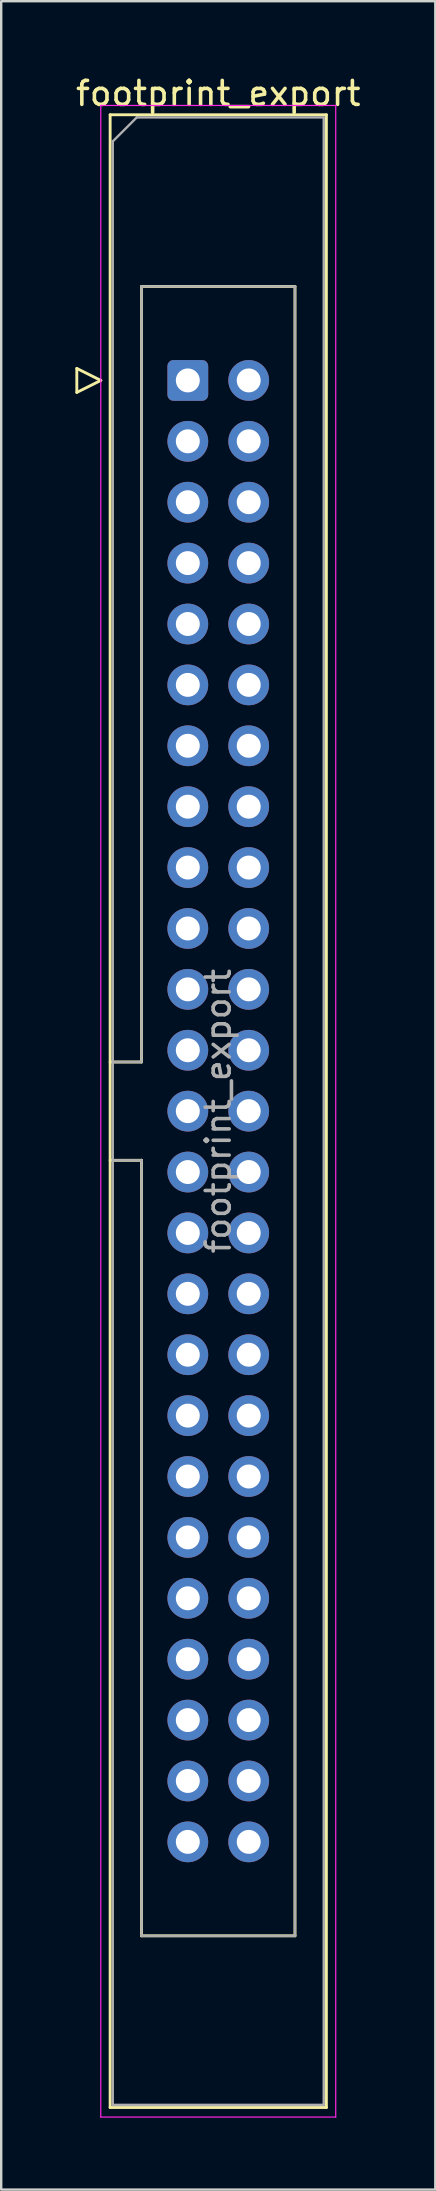
<source format=kicad_pcb>
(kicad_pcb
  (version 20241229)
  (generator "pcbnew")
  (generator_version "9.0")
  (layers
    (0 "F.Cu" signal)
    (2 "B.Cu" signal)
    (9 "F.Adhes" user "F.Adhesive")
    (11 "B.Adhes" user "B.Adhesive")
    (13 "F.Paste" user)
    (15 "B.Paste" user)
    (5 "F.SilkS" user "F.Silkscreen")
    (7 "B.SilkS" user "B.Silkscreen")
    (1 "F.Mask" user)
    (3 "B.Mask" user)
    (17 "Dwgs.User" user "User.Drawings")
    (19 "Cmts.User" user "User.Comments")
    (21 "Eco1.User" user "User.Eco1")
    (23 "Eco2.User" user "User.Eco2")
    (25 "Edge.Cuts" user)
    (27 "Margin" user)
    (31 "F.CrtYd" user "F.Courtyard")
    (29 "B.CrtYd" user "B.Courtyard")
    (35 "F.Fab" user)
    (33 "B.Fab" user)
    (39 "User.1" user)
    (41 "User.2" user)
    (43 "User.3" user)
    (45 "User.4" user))
  (footprint "footprint_export"
    (layer "F.Cu")
    (at 4.784 12.818)
    (property "Reference" "footprint_export" (at 1.27 -11.97 0) (layer "F.SilkS") (effects (font (size 1 1) (thickness 0.15))))
    (attr through_hole)
    (fp_line (start -4.63 -0.5) (end -4.63 0.5) (stroke (width 0.12) (type solid)) (layer "F.SilkS"))
    (fp_line (start -4.63 0.5) (end -3.63 0) (stroke (width 0.12) (type solid)) (layer "F.SilkS"))
    (fp_line (start -3.63 0) (end -4.63 -0.5) (stroke (width 0.12) (type solid)) (layer "F.SilkS"))
    (fp_line (start -3.24 -11.08) (end 5.78 -11.08) (stroke (width 0.12) (type solid)) (layer "F.SilkS"))
    (fp_line (start -3.24 28.43) (end -1.93 28.43) (stroke (width 0.12) (type solid)) (layer "F.SilkS"))
    (fp_line (start -3.24 72.04) (end -3.24 -11.08) (stroke (width 0.12) (type solid)) (layer "F.SilkS"))
    (fp_line (start -1.93 -3.92) (end 4.47 -3.92) (stroke (width 0.12) (type solid)) (layer "F.SilkS"))
    (fp_line (start -1.93 28.43) (end -1.93 -3.92) (stroke (width 0.12) (type solid)) (layer "F.SilkS"))
    (fp_line (start -1.93 32.53) (end -3.24 32.53) (stroke (width 0.12) (type solid)) (layer "F.SilkS"))
    (fp_line (start -1.93 32.53) (end -1.93 32.53) (stroke (width 0.12) (type solid)) (layer "F.SilkS"))
    (fp_line (start -1.93 64.88) (end -1.93 32.53) (stroke (width 0.12) (type solid)) (layer "F.SilkS"))
    (fp_line (start 4.47 -3.92) (end 4.47 64.88) (stroke (width 0.12) (type solid)) (layer "F.SilkS"))
    (fp_line (start 4.47 64.88) (end -1.93 64.88) (stroke (width 0.12) (type solid)) (layer "F.SilkS"))
    (fp_line (start 5.78 -11.08) (end 5.78 72.04) (stroke (width 0.12) (type solid)) (layer "F.SilkS"))
    (fp_line (start 5.78 72.04) (end -3.24 72.04) (stroke (width 0.12) (type solid)) (layer "F.SilkS"))
    (fp_line (start -3.63 -11.47) (end -3.63 72.44) (stroke (width 0.05) (type solid)) (layer "F.CrtYd"))
    (fp_line (start -3.63 72.44) (end 6.17 72.44) (stroke (width 0.05) (type solid)) (layer "F.CrtYd"))
    (fp_line (start 6.17 -11.47) (end -3.63 -11.47) (stroke (width 0.05) (type solid)) (layer "F.CrtYd"))
    (fp_line (start 6.17 72.44) (end 6.17 -11.47) (stroke (width 0.05) (type solid)) (layer "F.CrtYd"))
    (fp_line (start -3.13 -9.97) (end -2.13 -10.97) (stroke (width 0.1) (type solid)) (layer "F.Fab"))
    (fp_line (start -3.13 28.43) (end -1.93 28.43) (stroke (width 0.1) (type solid)) (layer "F.Fab"))
    (fp_line (start -3.13 71.93) (end -3.13 -9.97) (stroke (width 0.1) (type solid)) (layer "F.Fab"))
    (fp_line (start -2.13 -10.97) (end 5.67 -10.97) (stroke (width 0.1) (type solid)) (layer "F.Fab"))
    (fp_line (start -1.93 -3.92) (end 4.47 -3.92) (stroke (width 0.1) (type solid)) (layer "F.Fab"))
    (fp_line (start -1.93 28.43) (end -1.93 -3.92) (stroke (width 0.1) (type solid)) (layer "F.Fab"))
    (fp_line (start -1.93 32.53) (end -3.13 32.53) (stroke (width 0.1) (type solid)) (layer "F.Fab"))
    (fp_line (start -1.93 32.53) (end -1.93 32.53) (stroke (width 0.1) (type solid)) (layer "F.Fab"))
    (fp_line (start -1.93 64.88) (end -1.93 32.53) (stroke (width 0.1) (type solid)) (layer "F.Fab"))
    (fp_line (start 4.47 -3.92) (end 4.47 64.88) (stroke (width 0.1) (type solid)) (layer "F.Fab"))
    (fp_line (start 4.47 64.88) (end -1.93 64.88) (stroke (width 0.1) (type solid)) (layer "F.Fab"))
    (fp_line (start 5.67 -10.97) (end 5.67 71.93) (stroke (width 0.1) (type solid)) (layer "F.Fab"))
    (fp_line (start 5.67 71.93) (end -3.13 71.93) (stroke (width 0.1) (type solid)) (layer "F.Fab"))
    (fp_text user "${REFERENCE}" (at 1.27 30.48 90) (layer "F.Fab") (effects (font (size 1 1) (thickness 0.15))))
    (pad "1" thru_hole roundrect (at 0 0) (size 1.7 1.7) (drill 1) (layers "*.Cu" "*.Mask") (roundrect_rratio 0.147))
    (pad "2" thru_hole circle (at 2.54 0) (size 1.7 1.7) (drill 1) (layers "*.Cu" "*.Mask"))
    (pad "3" thru_hole circle (at 0 2.54) (size 1.7 1.7) (drill 1) (layers "*.Cu" "*.Mask"))
    (pad "4" thru_hole circle (at 2.54 2.54) (size 1.7 1.7) (drill 1) (layers "*.Cu" "*.Mask"))
    (pad "5" thru_hole circle (at 0 5.08) (size 1.7 1.7) (drill 1) (layers "*.Cu" "*.Mask"))
    (pad "6" thru_hole circle (at 2.54 5.08) (size 1.7 1.7) (drill 1) (layers "*.Cu" "*.Mask"))
    (pad "7" thru_hole circle (at 0 7.62) (size 1.7 1.7) (drill 1) (layers "*.Cu" "*.Mask"))
    (pad "8" thru_hole circle (at 2.54 7.62) (size 1.7 1.7) (drill 1) (layers "*.Cu" "*.Mask"))
    (pad "9" thru_hole circle (at 0 10.16) (size 1.7 1.7) (drill 1) (layers "*.Cu" "*.Mask"))
    (pad "10" thru_hole circle (at 2.54 10.16) (size 1.7 1.7) (drill 1) (layers "*.Cu" "*.Mask"))
    (pad "11" thru_hole circle (at 0 12.7) (size 1.7 1.7) (drill 1) (layers "*.Cu" "*.Mask"))
    (pad "12" thru_hole circle (at 2.54 12.7) (size 1.7 1.7) (drill 1) (layers "*.Cu" "*.Mask"))
    (pad "13" thru_hole circle (at 0 15.24) (size 1.7 1.7) (drill 1) (layers "*.Cu" "*.Mask"))
    (pad "14" thru_hole circle (at 2.54 15.24) (size 1.7 1.7) (drill 1) (layers "*.Cu" "*.Mask"))
    (pad "15" thru_hole circle (at 0 17.78) (size 1.7 1.7) (drill 1) (layers "*.Cu" "*.Mask"))
    (pad "16" thru_hole circle (at 2.54 17.78) (size 1.7 1.7) (drill 1) (layers "*.Cu" "*.Mask"))
    (pad "17" thru_hole circle (at 0 20.32) (size 1.7 1.7) (drill 1) (layers "*.Cu" "*.Mask"))
    (pad "18" thru_hole circle (at 2.54 20.32) (size 1.7 1.7) (drill 1) (layers "*.Cu" "*.Mask"))
    (pad "19" thru_hole circle (at 0 22.86) (size 1.7 1.7) (drill 1) (layers "*.Cu" "*.Mask"))
    (pad "20" thru_hole circle (at 2.54 22.86) (size 1.7 1.7) (drill 1) (layers "*.Cu" "*.Mask"))
    (pad "21" thru_hole circle (at 0 25.4) (size 1.7 1.7) (drill 1) (layers "*.Cu" "*.Mask"))
    (pad "22" thru_hole circle (at 2.54 25.4) (size 1.7 1.7) (drill 1) (layers "*.Cu" "*.Mask"))
    (pad "23" thru_hole circle (at 0 27.94) (size 1.7 1.7) (drill 1) (layers "*.Cu" "*.Mask"))
    (pad "24" thru_hole circle (at 2.54 27.94) (size 1.7 1.7) (drill 1) (layers "*.Cu" "*.Mask"))
    (pad "25" thru_hole circle (at 0 30.48) (size 1.7 1.7) (drill 1) (layers "*.Cu" "*.Mask"))
    (pad "26" thru_hole circle (at 2.54 30.48) (size 1.7 1.7) (drill 1) (layers "*.Cu" "*.Mask"))
    (pad "27" thru_hole circle (at 0 33.02) (size 1.7 1.7) (drill 1) (layers "*.Cu" "*.Mask"))
    (pad "28" thru_hole circle (at 2.54 33.02) (size 1.7 1.7) (drill 1) (layers "*.Cu" "*.Mask"))
    (pad "29" thru_hole circle (at 0 35.56) (size 1.7 1.7) (drill 1) (layers "*.Cu" "*.Mask"))
    (pad "30" thru_hole circle (at 2.54 35.56) (size 1.7 1.7) (drill 1) (layers "*.Cu" "*.Mask"))
    (pad "31" thru_hole circle (at 0 38.1) (size 1.7 1.7) (drill 1) (layers "*.Cu" "*.Mask"))
    (pad "32" thru_hole circle (at 2.54 38.1) (size 1.7 1.7) (drill 1) (layers "*.Cu" "*.Mask"))
    (pad "33" thru_hole circle (at 0 40.64) (size 1.7 1.7) (drill 1) (layers "*.Cu" "*.Mask"))
    (pad "34" thru_hole circle (at 2.54 40.64) (size 1.7 1.7) (drill 1) (layers "*.Cu" "*.Mask"))
    (pad "35" thru_hole circle (at 0 43.18) (size 1.7 1.7) (drill 1) (layers "*.Cu" "*.Mask"))
    (pad "36" thru_hole circle (at 2.54 43.18) (size 1.7 1.7) (drill 1) (layers "*.Cu" "*.Mask"))
    (pad "37" thru_hole circle (at 0 45.72) (size 1.7 1.7) (drill 1) (layers "*.Cu" "*.Mask"))
    (pad "38" thru_hole circle (at 2.54 45.72) (size 1.7 1.7) (drill 1) (layers "*.Cu" "*.Mask"))
    (pad "39" thru_hole circle (at 0 48.26) (size 1.7 1.7) (drill 1) (layers "*.Cu" "*.Mask"))
    (pad "40" thru_hole circle (at 2.54 48.26) (size 1.7 1.7) (drill 1) (layers "*.Cu" "*.Mask"))
    (pad "41" thru_hole circle (at 0 50.8) (size 1.7 1.7) (drill 1) (layers "*.Cu" "*.Mask"))
    (pad "42" thru_hole circle (at 2.54 50.8) (size 1.7 1.7) (drill 1) (layers "*.Cu" "*.Mask"))
    (pad "43" thru_hole circle (at 0 53.34) (size 1.7 1.7) (drill 1) (layers "*.Cu" "*.Mask"))
    (pad "44" thru_hole circle (at 2.54 53.34) (size 1.7 1.7) (drill 1) (layers "*.Cu" "*.Mask"))
    (pad "45" thru_hole circle (at 0 55.88) (size 1.7 1.7) (drill 1) (layers "*.Cu" "*.Mask"))
    (pad "46" thru_hole circle (at 2.54 55.88) (size 1.7 1.7) (drill 1) (layers "*.Cu" "*.Mask"))
    (pad "47" thru_hole circle (at 0 58.42) (size 1.7 1.7) (drill 1) (layers "*.Cu" "*.Mask"))
    (pad "48" thru_hole circle (at 2.54 58.42) (size 1.7 1.7) (drill 1) (layers "*.Cu" "*.Mask"))
    (pad "49" thru_hole circle (at 0 60.96) (size 1.7 1.7) (drill 1) (layers "*.Cu" "*.Mask"))
    (pad "50" thru_hole circle (at 2.54 60.96) (size 1.7 1.7) (drill 1) (layers "*.Cu" "*.Mask")))
  (gr_rect
    (start -3 -3)
    (end 15.107 88.283)
    (stroke (width 0.1) (type default))
    (fill no)
    (layer "Edge.Cuts")))
</source>
